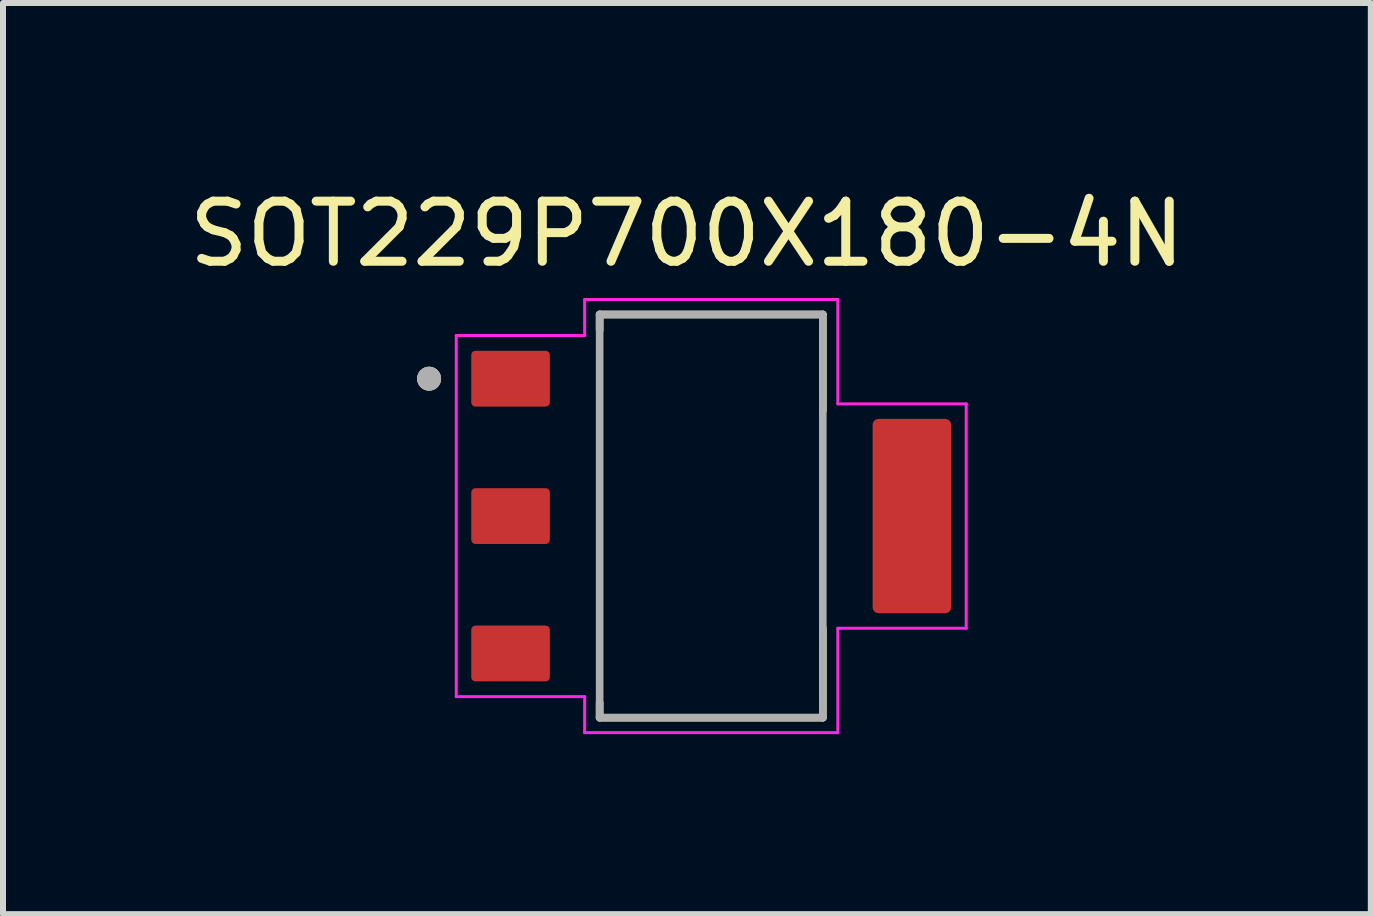
<source format=kicad_pcb>
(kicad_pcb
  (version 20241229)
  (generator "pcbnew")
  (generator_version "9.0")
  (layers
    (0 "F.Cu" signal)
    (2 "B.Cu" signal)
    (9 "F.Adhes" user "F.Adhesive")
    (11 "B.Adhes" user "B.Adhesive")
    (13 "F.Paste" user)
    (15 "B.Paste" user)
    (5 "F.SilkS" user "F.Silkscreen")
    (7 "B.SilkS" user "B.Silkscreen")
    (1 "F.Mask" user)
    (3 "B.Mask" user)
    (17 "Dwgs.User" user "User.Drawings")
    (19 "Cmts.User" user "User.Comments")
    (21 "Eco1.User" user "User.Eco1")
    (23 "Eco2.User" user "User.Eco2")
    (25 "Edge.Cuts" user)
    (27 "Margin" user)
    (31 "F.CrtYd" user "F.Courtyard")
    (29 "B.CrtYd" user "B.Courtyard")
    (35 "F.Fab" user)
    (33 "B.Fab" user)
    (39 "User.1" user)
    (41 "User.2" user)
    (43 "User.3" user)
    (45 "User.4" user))
  (footprint "SOT229P700X180-4N"
    (layer "F.Cu")
    (at 8.805 5.552)
    (property "Reference" "SOT229P700X180-4N" (at -0.406 -4.703 0) (layer "F.SilkS") (effects (font (size 1.002 1.002) (thickness 0.15))))
    (attr smd)
    (fp_line (start -1.86 -3.36) (end -1.86 -3.1) (stroke (width 0.127) (type solid)) (layer "F.SilkS"))
    (fp_line (start -1.86 -3.36) (end 1.86 -3.36) (stroke (width 0.127) (type solid)) (layer "F.SilkS"))
    (fp_line (start -1.86 3.11) (end -1.86 3.36) (stroke (width 0.127) (type solid)) (layer "F.SilkS"))
    (fp_line (start -1.86 3.36) (end 1.86 3.36) (stroke (width 0.127) (type solid)) (layer "F.SilkS"))
    (fp_line (start 1.86 -1.76) (end 1.86 -3.36) (stroke (width 0.127) (type solid)) (layer "F.SilkS"))
    (fp_line (start 1.86 3.36) (end 1.86 1.87) (stroke (width 0.127) (type solid)) (layer "F.SilkS"))
    (fp_circle (center -4.703 -2.29) (end -4.603 -2.29) (stroke (width 0.2) (type solid)) (fill no) (layer "F.SilkS"))
    (fp_line (start -4.25 -3.01) (end -4.25 3.01) (stroke (width 0.05) (type solid)) (layer "F.CrtYd"))
    (fp_line (start -4.25 3.01) (end -2.11 3.01) (stroke (width 0.05) (type solid)) (layer "F.CrtYd"))
    (fp_line (start -2.11 -3.61) (end -2.11 -3.01) (stroke (width 0.05) (type solid)) (layer "F.CrtYd"))
    (fp_line (start -2.11 -3.01) (end -4.25 -3.01) (stroke (width 0.05) (type solid)) (layer "F.CrtYd"))
    (fp_line (start -2.11 3.01) (end -2.11 3.61) (stroke (width 0.05) (type solid)) (layer "F.CrtYd"))
    (fp_line (start -2.11 3.61) (end 2.11 3.61) (stroke (width 0.05) (type solid)) (layer "F.CrtYd"))
    (fp_line (start 2.11 -3.61) (end -2.11 -3.61) (stroke (width 0.05) (type solid)) (layer "F.CrtYd"))
    (fp_line (start 2.11 -1.87) (end 2.11 -3.61) (stroke (width 0.05) (type solid)) (layer "F.CrtYd"))
    (fp_line (start 2.11 1.87) (end 4.25 1.87) (stroke (width 0.05) (type solid)) (layer "F.CrtYd"))
    (fp_line (start 2.11 3.61) (end 2.11 1.87) (stroke (width 0.05) (type solid)) (layer "F.CrtYd"))
    (fp_line (start 4.25 -1.87) (end 2.11 -1.87) (stroke (width 0.05) (type solid)) (layer "F.CrtYd"))
    (fp_line (start 4.25 1.87) (end 4.25 -1.87) (stroke (width 0.05) (type solid)) (layer "F.CrtYd"))
    (fp_line (start -1.86 -3.36) (end 1.86 -3.36) (stroke (width 0.127) (type solid)) (layer "F.Fab"))
    (fp_line (start -1.86 3.36) (end -1.86 -3.36) (stroke (width 0.127) (type solid)) (layer "F.Fab"))
    (fp_line (start 1.86 -3.36) (end 1.86 3.36) (stroke (width 0.127) (type solid)) (layer "F.Fab"))
    (fp_line (start 1.86 3.36) (end -1.86 3.36) (stroke (width 0.127) (type solid)) (layer "F.Fab"))
    (fp_circle (center -4.703 -2.29) (end -4.603 -2.29) (stroke (width 0.2) (type solid)) (fill no) (layer "F.Fab"))
    (pad "1" smd roundrect (at -3.345 -2.29) (size 1.31 0.93) (layers "F.Cu" "F.Mask" "F.Paste") (roundrect_rratio 0.075))
    (pad "2" smd roundrect (at -3.345 0) (size 1.31 0.93) (layers "F.Cu" "F.Mask" "F.Paste") (roundrect_rratio 0.075))
    (pad "3" smd roundrect (at -3.345 2.29) (size 1.31 0.93) (layers "F.Cu" "F.Mask" "F.Paste") (roundrect_rratio 0.075))
    (pad "4" smd roundrect (at 3.345 0) (size 1.31 3.24) (layers "F.Cu" "F.Mask" "F.Paste") (roundrect_rratio 0.075)))
  (gr_rect
    (start -3 -3)
    (end 19.799 12.187)
    (stroke (width 0.1) (type default))
    (fill no)
    (layer "Edge.Cuts")))
</source>
